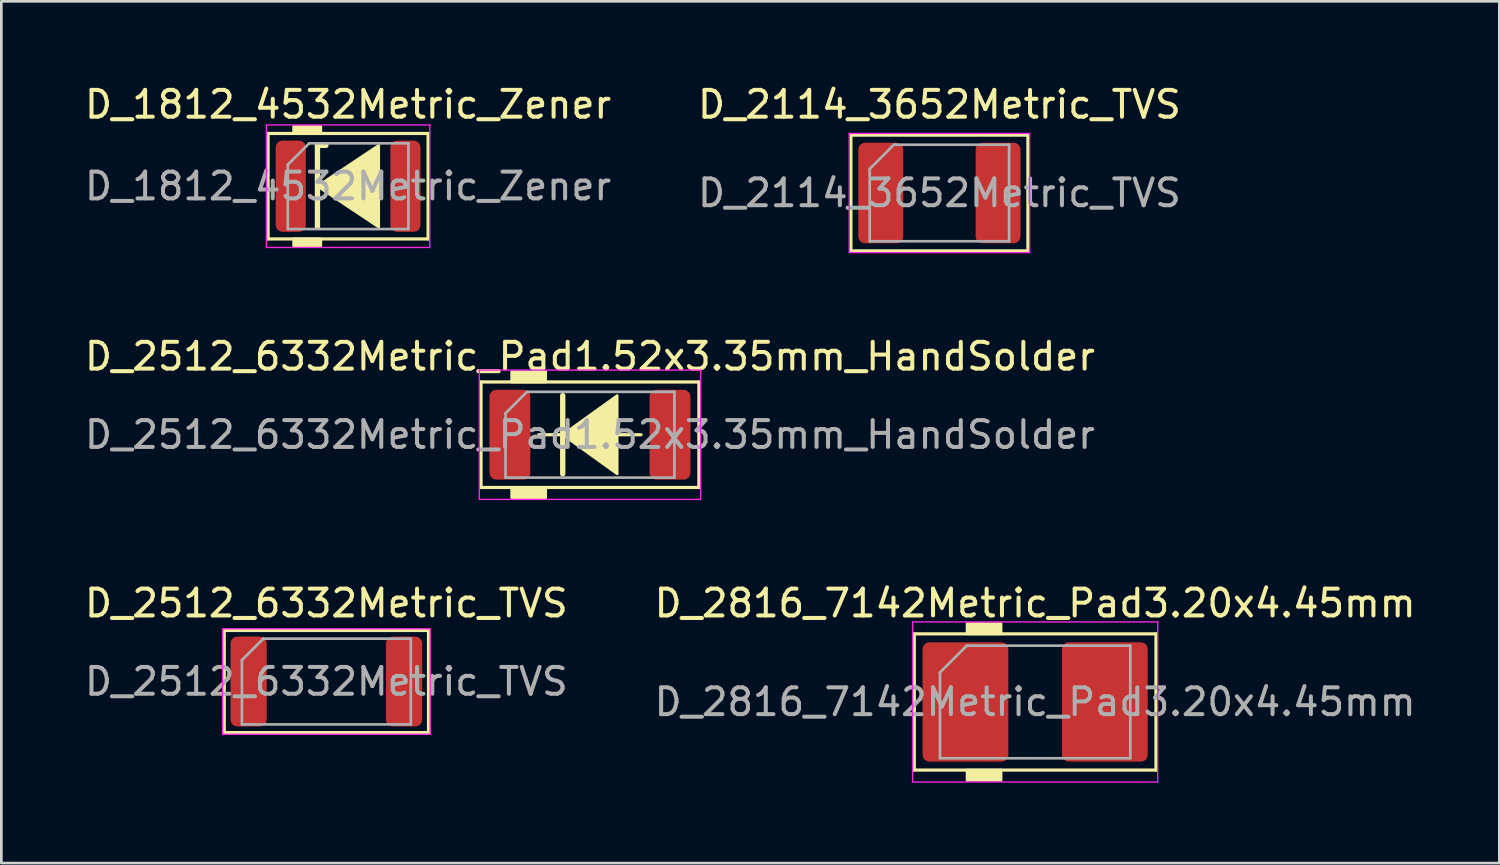
<source format=kicad_pcb>
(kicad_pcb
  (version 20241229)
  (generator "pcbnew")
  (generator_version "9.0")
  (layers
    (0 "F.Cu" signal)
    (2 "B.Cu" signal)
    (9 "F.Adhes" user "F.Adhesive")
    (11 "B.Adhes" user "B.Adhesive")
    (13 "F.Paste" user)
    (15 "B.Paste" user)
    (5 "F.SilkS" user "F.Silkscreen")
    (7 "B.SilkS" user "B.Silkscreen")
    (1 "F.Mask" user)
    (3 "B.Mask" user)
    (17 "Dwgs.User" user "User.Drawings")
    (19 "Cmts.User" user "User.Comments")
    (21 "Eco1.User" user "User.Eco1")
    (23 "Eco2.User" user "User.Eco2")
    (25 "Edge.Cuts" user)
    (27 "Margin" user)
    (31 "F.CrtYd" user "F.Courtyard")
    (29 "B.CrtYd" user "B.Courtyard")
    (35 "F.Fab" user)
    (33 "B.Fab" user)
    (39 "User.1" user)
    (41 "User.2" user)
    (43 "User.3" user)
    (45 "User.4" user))
  (footprint "D_2512_6332Metric_TVS"
    (layer "F.Cu")
    (at 9.125 22.374)
    (property "Reference" "D_2512_6332Metric_TVS" (at 0 -2.921 0) (layer "F.SilkS") (effects (font (size 1 1) (thickness 0.15))))
    (attr smd)
    (fp_line (start -3.81 -1.905) (end -3.81 1.905) (stroke (width 0.12) (type solid)) (layer "F.SilkS"))
    (fp_line (start -3.81 1.905) (end 3.81 1.905) (stroke (width 0.12) (type solid)) (layer "F.SilkS"))
    (fp_line (start 3.81 -1.905) (end -3.81 -1.905) (stroke (width 0.12) (type solid)) (layer "F.SilkS"))
    (fp_line (start 3.81 1.905) (end 3.81 -1.905) (stroke (width 0.12) (type solid)) (layer "F.SilkS"))
    (fp_line (start -3.873 -1.968) (end 3.873 -1.968) (stroke (width 0.05) (type solid)) (layer "F.CrtYd"))
    (fp_line (start -3.873 1.968) (end -3.873 -1.968) (stroke (width 0.05) (type solid)) (layer "F.CrtYd"))
    (fp_line (start 3.873 -1.968) (end 3.873 1.968) (stroke (width 0.05) (type solid)) (layer "F.CrtYd"))
    (fp_line (start 3.873 1.968) (end -3.873 1.968) (stroke (width 0.05) (type solid)) (layer "F.CrtYd"))
    (fp_line (start -3.15 -0.8) (end -3.15 1.6) (stroke (width 0.1) (type solid)) (layer "F.Fab"))
    (fp_line (start -3.15 1.6) (end 3.15 1.6) (stroke (width 0.1) (type solid)) (layer "F.Fab"))
    (fp_line (start -2.35 -1.6) (end -3.15 -0.8) (stroke (width 0.1) (type solid)) (layer "F.Fab"))
    (fp_line (start 3.15 -1.6) (end -2.35 -1.6) (stroke (width 0.1) (type solid)) (layer "F.Fab"))
    (fp_line (start 3.15 1.6) (end 3.15 -1.6) (stroke (width 0.1) (type solid)) (layer "F.Fab"))
    (fp_text user "${REFERENCE}" (at 0 0 0) (layer "F.Fab") (effects (font (size 1 1) (thickness 0.15))))
    (pad "1" smd roundrect (at -2.9 0) (size 1.35 3.35) (layers "F.Cu" "F.Mask" "F.Paste") (roundrect_rratio 0.185))
    (pad "2" smd roundrect (at 2.9 0) (size 1.35 3.35) (layers "F.Cu" "F.Mask" "F.Paste") (roundrect_rratio 0.185)))
  (footprint "D_2114_3652Metric_TVS"
    (layer "F.Cu")
    (at 31.994 4.15)
    (property "Reference" "D_2114_3652Metric_TVS" (at 0 -3.302 0) (layer "F.SilkS") (effects (font (size 1 1) (thickness 0.15))))
    (attr smd)
    (fp_line (start -3.302 -2.159) (end -3.302 2.159) (stroke (width 0.12) (type solid)) (layer "F.SilkS"))
    (fp_line (start -3.302 2.159) (end 3.302 2.159) (stroke (width 0.12) (type solid)) (layer "F.SilkS"))
    (fp_line (start 3.302 -2.159) (end -3.302 -2.159) (stroke (width 0.12) (type solid)) (layer "F.SilkS"))
    (fp_line (start 3.302 2.159) (end 3.302 -2.159) (stroke (width 0.12) (type solid)) (layer "F.SilkS"))
    (fp_line (start -3.365 -2.223) (end 3.365 -2.223) (stroke (width 0.05) (type solid)) (layer "F.CrtYd"))
    (fp_line (start -3.365 2.223) (end -3.365 -2.223) (stroke (width 0.05) (type solid)) (layer "F.CrtYd"))
    (fp_line (start 3.365 -2.223) (end 3.365 2.223) (stroke (width 0.05) (type solid)) (layer "F.CrtYd"))
    (fp_line (start 3.365 2.223) (end -3.365 2.223) (stroke (width 0.05) (type solid)) (layer "F.CrtYd"))
    (fp_line (start -2.6 -0.9) (end -2.6 1.8) (stroke (width 0.1) (type solid)) (layer "F.Fab"))
    (fp_line (start -2.6 1.8) (end 2.6 1.8) (stroke (width 0.1) (type solid)) (layer "F.Fab"))
    (fp_line (start -1.7 -1.8) (end -2.6 -0.9) (stroke (width 0.1) (type solid)) (layer "F.Fab"))
    (fp_line (start 2.6 -1.8) (end -1.7 -1.8) (stroke (width 0.1) (type solid)) (layer "F.Fab"))
    (fp_line (start 2.6 1.8) (end 2.6 -1.8) (stroke (width 0.1) (type solid)) (layer "F.Fab"))
    (fp_text user "${REFERENCE}" (at 0 0 0) (layer "F.Fab") (effects (font (size 1 1) (thickness 0.15))))
    (pad "1" smd roundrect (at -2.188 0) (size 1.675 3.75) (layers "F.Cu" "F.Mask" "F.Paste") (roundrect_rratio 0.149))
    (pad "2" smd roundrect (at 2.188 0) (size 1.675 3.75) (layers "F.Cu" "F.Mask" "F.Paste") (roundrect_rratio 0.149)))
  (footprint "D_2512_6332Metric_Pad1.52x3.35mm_HandSolder"
    (layer "F.Cu")
    (at 18.958 13.167)
    (property "Reference" "D_2512_6332Metric_Pad1.52x3.35mm_HandSolder" (at 0 -2.921 0) (layer "F.SilkS") (effects (font (size 1 1) (thickness 0.15))))
    (attr smd)
    (fp_line (start -4.064 -1.968) (end -4.064 1.968) (stroke (width 0.12) (type solid)) (layer "F.SilkS"))
    (fp_line (start -4.064 1.968) (end 4.064 1.968) (stroke (width 0.12) (type solid)) (layer "F.SilkS"))
    (fp_line (start -1.905 0) (end -1.016 0) (stroke (width 0.12) (type solid)) (layer "F.SilkS"))
    (fp_line (start -1.016 -1.46) (end -1.016 1.46) (stroke (width 0.2) (type solid)) (layer "F.SilkS"))
    (fp_line (start 1.016 0) (end 1.905 0) (stroke (width 0.12) (type solid)) (layer "F.SilkS"))
    (fp_line (start 4.064 -1.968) (end -4.064 -1.968) (stroke (width 0.12) (type solid)) (layer "F.SilkS"))
    (fp_line (start 4.064 1.968) (end 4.064 -1.968) (stroke (width 0.12) (type solid)) (layer "F.SilkS"))
    (fp_poly (pts (xy 1.016 1.46) (xy -1.016 0) (xy 1.016 -1.46)) (stroke (width 0.1) (type solid)) (fill yes) (layer "F.SilkS"))
    (fp_poly (pts (xy -1.651 -1.968) (xy -2.921 -1.968) (xy -2.921 -2.349) (xy -1.651 -2.349)) (stroke (width 0.1) (type solid)) (fill yes) (layer "F.SilkS"))
    (fp_poly (pts (xy -1.651 2.349) (xy -2.921 2.349) (xy -2.921 1.968) (xy -1.651 1.968)) (stroke (width 0.1) (type solid)) (fill yes) (layer "F.SilkS"))
    (fp_line (start -4.128 -2.413) (end 4.128 -2.413) (stroke (width 0.05) (type solid)) (layer "F.CrtYd"))
    (fp_line (start -4.128 2.413) (end -4.128 -2.413) (stroke (width 0.05) (type solid)) (layer "F.CrtYd"))
    (fp_line (start 4.128 -2.413) (end 4.128 2.413) (stroke (width 0.05) (type solid)) (layer "F.CrtYd"))
    (fp_line (start 4.128 2.413) (end -4.128 2.413) (stroke (width 0.05) (type solid)) (layer "F.CrtYd"))
    (fp_line (start -3.15 -0.8) (end -3.15 1.6) (stroke (width 0.1) (type solid)) (layer "F.Fab"))
    (fp_line (start -3.15 1.6) (end 3.15 1.6) (stroke (width 0.1) (type solid)) (layer "F.Fab"))
    (fp_line (start -2.35 -1.6) (end -3.15 -0.8) (stroke (width 0.1) (type solid)) (layer "F.Fab"))
    (fp_line (start 3.15 -1.6) (end -2.35 -1.6) (stroke (width 0.1) (type solid)) (layer "F.Fab"))
    (fp_line (start 3.15 1.6) (end 3.15 -1.6) (stroke (width 0.1) (type solid)) (layer "F.Fab"))
    (fp_text user "${REFERENCE}" (at 0 0 0) (layer "F.Fab") (effects (font (size 1 1) (thickness 0.15))))
    (pad "1" smd roundrect (at -2.987 0) (size 1.525 3.35) (layers "F.Cu" "F.Mask" "F.Paste") (roundrect_rratio 0.164))
    (pad "2" smd roundrect (at 2.987 0) (size 1.525 3.35) (layers "F.Cu" "F.Mask" "F.Paste") (roundrect_rratio 0.164)))
  (footprint "D_1812_4532Metric_Zener"
    (layer "F.Cu")
    (at 9.935 3.896)
    (property "Reference" "D_1812_4532Metric_Zener" (at 0 -3.048 0) (layer "F.SilkS") (effects (font (size 1 1) (thickness 0.15))))
    (attr smd)
    (fp_line (start -2.985 -1.968) (end -2.985 1.968) (stroke (width 0.12) (type solid)) (layer "F.SilkS"))
    (fp_line (start -2.985 1.968) (end 2.985 1.968) (stroke (width 0.12) (type solid)) (layer "F.SilkS"))
    (fp_line (start -1.143 -1.524) (end -1.143 1.524) (stroke (width 0.2) (type solid)) (layer "F.SilkS"))
    (fp_line (start -1.143 -1.524) (end -0.826 -1.524) (stroke (width 0.2) (type solid)) (layer "F.SilkS"))
    (fp_line (start 2.985 -1.968) (end -2.985 -1.968) (stroke (width 0.12) (type solid)) (layer "F.SilkS"))
    (fp_line (start 2.985 1.968) (end 2.985 -1.968) (stroke (width 0.12) (type solid)) (layer "F.SilkS"))
    (fp_poly (pts (xy 1.143 1.524) (xy -1.143 0) (xy 1.143 -1.524)) (stroke (width 0.1) (type solid)) (fill yes) (layer "F.SilkS"))
    (fp_poly (pts (xy -1.016 -1.968) (xy -2.032 -1.968) (xy -2.032 -2.223) (xy -1.016 -2.223)) (stroke (width 0.1) (type solid)) (fill yes) (layer "F.SilkS"))
    (fp_poly (pts (xy -1.016 2.223) (xy -2.032 2.223) (xy -2.032 1.968) (xy -1.016 1.968)) (stroke (width 0.1) (type solid)) (fill yes) (layer "F.SilkS"))
    (fp_line (start -3.048 -2.286) (end 3.048 -2.286) (stroke (width 0.05) (type solid)) (layer "F.CrtYd"))
    (fp_line (start -3.048 2.286) (end -3.048 -2.286) (stroke (width 0.05) (type solid)) (layer "F.CrtYd"))
    (fp_line (start 3.048 -2.286) (end 3.048 2.286) (stroke (width 0.05) (type solid)) (layer "F.CrtYd"))
    (fp_line (start 3.048 2.286) (end -3.048 2.286) (stroke (width 0.05) (type solid)) (layer "F.CrtYd"))
    (fp_line (start -2.25 -0.8) (end -2.25 1.6) (stroke (width 0.1) (type solid)) (layer "F.Fab"))
    (fp_line (start -2.25 1.6) (end 2.25 1.6) (stroke (width 0.1) (type solid)) (layer "F.Fab"))
    (fp_line (start -1.45 -1.6) (end -2.25 -0.8) (stroke (width 0.1) (type solid)) (layer "F.Fab"))
    (fp_line (start 2.25 -1.6) (end -1.45 -1.6) (stroke (width 0.1) (type solid)) (layer "F.Fab"))
    (fp_line (start 2.25 1.6) (end 2.25 -1.6) (stroke (width 0.1) (type solid)) (layer "F.Fab"))
    (fp_text user "${REFERENCE}" (at 0 0 0) (layer "F.Fab") (effects (font (size 1 1) (thickness 0.15))))
    (pad "1" smd roundrect (at -2.138 0) (size 1.125 3.4) (layers "F.Cu" "F.Mask" "F.Paste") (roundrect_rratio 0.222))
    (pad "2" smd roundrect (at 2.138 0) (size 1.125 3.4) (layers "F.Cu" "F.Mask" "F.Paste") (roundrect_rratio 0.222)))
  (footprint "D_2816_7142Metric_Pad3.20x4.45mm"
    (layer "F.Cu")
    (at 35.565 23.136)
    (property "Reference" "D_2816_7142Metric_Pad3.20x4.45mm" (at 0 -3.683 0) (layer "F.SilkS") (effects (font (size 1 1) (thickness 0.15))))
    (attr smd)
    (fp_line (start -4.508 -2.54) (end -4.508 2.54) (stroke (width 0.12) (type solid)) (layer "F.SilkS"))
    (fp_line (start -4.508 2.54) (end 4.508 2.54) (stroke (width 0.12) (type solid)) (layer "F.SilkS"))
    (fp_line (start 4.508 -2.54) (end -4.508 -2.54) (stroke (width 0.12) (type solid)) (layer "F.SilkS"))
    (fp_line (start 4.508 2.54) (end 4.508 -2.54) (stroke (width 0.12) (type solid)) (layer "F.SilkS"))
    (fp_poly (pts (xy -1.27 -2.54) (xy -2.54 -2.54) (xy -2.54 -2.921) (xy -1.27 -2.921)) (stroke (width 0.1) (type solid)) (fill yes) (layer "F.SilkS"))
    (fp_poly (pts (xy -1.27 2.921) (xy -2.54 2.921) (xy -2.54 2.54) (xy -1.27 2.54)) (stroke (width 0.1) (type solid)) (fill yes) (layer "F.SilkS"))
    (fp_line (start -4.572 -2.985) (end 4.572 -2.985) (stroke (width 0.05) (type solid)) (layer "F.CrtYd"))
    (fp_line (start -4.572 2.985) (end -4.572 -2.985) (stroke (width 0.05) (type solid)) (layer "F.CrtYd"))
    (fp_line (start 4.572 -2.985) (end 4.572 2.985) (stroke (width 0.05) (type solid)) (layer "F.CrtYd"))
    (fp_line (start 4.572 2.985) (end -4.572 2.985) (stroke (width 0.05) (type solid)) (layer "F.CrtYd"))
    (fp_line (start -3.55 -1.1) (end -3.55 2.1) (stroke (width 0.1) (type solid)) (layer "F.Fab"))
    (fp_line (start -3.55 2.1) (end 3.55 2.1) (stroke (width 0.1) (type solid)) (layer "F.Fab"))
    (fp_line (start -2.55 -2.1) (end -3.55 -1.1) (stroke (width 0.1) (type solid)) (layer "F.Fab"))
    (fp_line (start 3.55 -2.1) (end -2.55 -2.1) (stroke (width 0.1) (type solid)) (layer "F.Fab"))
    (fp_line (start 3.55 2.1) (end 3.55 -2.1) (stroke (width 0.1) (type solid)) (layer "F.Fab"))
    (fp_text user "${REFERENCE}" (at 0 0 0) (layer "F.Fab") (effects (font (size 1 1) (thickness 0.15))))
    (pad "1" smd roundrect (at -2.6 0) (size 3.2 4.45) (layers "F.Cu" "F.Mask" "F.Paste") (roundrect_rratio 0.078))
    (pad "2" smd roundrect (at 2.6 0) (size 3.2 4.45) (layers "F.Cu" "F.Mask" "F.Paste") (roundrect_rratio 0.078)))
  (gr_rect
    (start -3 -3)
    (end 52.881 29.146)
    (stroke (width 0.1) (type default))
    (fill no)
    (layer "Edge.Cuts")))
</source>
